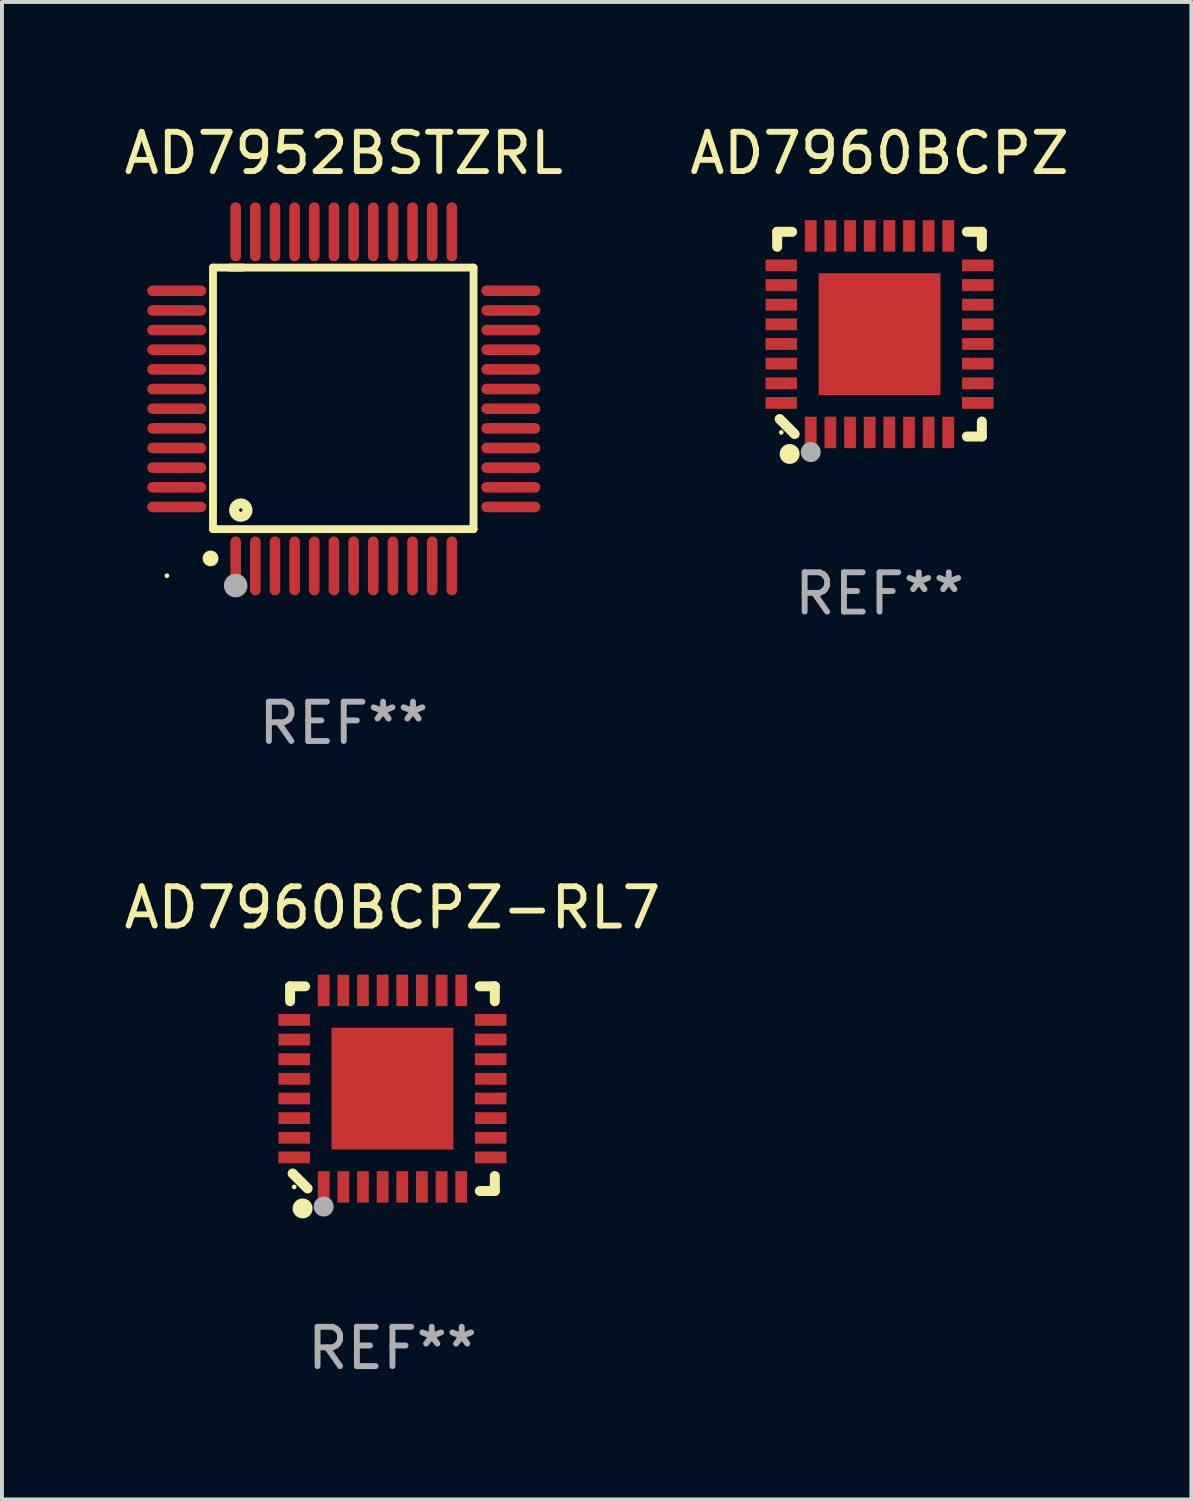
<source format=kicad_pcb>
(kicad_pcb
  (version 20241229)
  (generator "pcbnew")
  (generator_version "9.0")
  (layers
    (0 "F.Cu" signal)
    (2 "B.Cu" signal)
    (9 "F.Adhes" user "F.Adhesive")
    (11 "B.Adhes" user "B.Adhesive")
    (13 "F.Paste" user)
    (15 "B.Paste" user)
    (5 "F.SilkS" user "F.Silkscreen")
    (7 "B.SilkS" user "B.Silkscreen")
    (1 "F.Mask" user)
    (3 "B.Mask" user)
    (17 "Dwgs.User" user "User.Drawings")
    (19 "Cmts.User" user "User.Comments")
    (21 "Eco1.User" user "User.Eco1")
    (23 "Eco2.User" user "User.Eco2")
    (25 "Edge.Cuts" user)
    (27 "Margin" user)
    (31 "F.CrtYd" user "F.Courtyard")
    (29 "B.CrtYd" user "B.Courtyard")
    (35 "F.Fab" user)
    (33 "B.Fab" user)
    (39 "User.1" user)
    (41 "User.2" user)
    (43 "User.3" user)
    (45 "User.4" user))
  (footprint "AD7952BSTZRL"
    (layer "F.Cu")
    (at 5.696 7.098)
    (property "Reference" "AD7952BSTZRL" (at 0 -6.25 0) (layer "F.SilkS") (effects (font (size 1 1) (thickness 0.15))))
    (attr through_hole)
    (fp_line (start -3.327 -3.34) (end -2.565 -3.34) (stroke (width 0.2) (type solid)) (layer "F.SilkS"))
    (fp_line (start -3.327 3.315) (end -3.327 -3.34) (stroke (width 0.2) (type solid)) (layer "F.SilkS"))
    (fp_line (start -2.896 -3.34) (end 3.302 -3.34) (stroke (width 0.2) (type solid)) (layer "F.SilkS"))
    (fp_line (start 3.302 -3.34) (end 3.302 3.315) (stroke (width 0.2) (type solid)) (layer "F.SilkS"))
    (fp_line (start 3.302 3.315) (end -3.327 3.315) (stroke (width 0.2) (type solid)) (layer "F.SilkS"))
    (fp_arc (start -3.389992 4.059995) (mid -3.388722 4.059991) (end -3.387452 4.059995) (stroke (width 0.4) (type solid)) (layer "F.SilkS"))
    (fp_circle (center -4.5 4.5) (end -4.47 4.5) (stroke (width 0.06) (type solid)) (fill no) (layer "F.SilkS"))
    (fp_circle (center -2.62 2.83) (end -2.45 2.83) (stroke (width 0.254) (type solid)) (fill no) (layer "F.SilkS"))
    (fp_circle (center -2.75 4.75) (end -2.6 4.75) (stroke (width 0.3) (type solid)) (fill no) (layer "F.Fab"))
    (fp_text user "REF**" (at 0 8.25 0) (layer "F.Fab") (effects (font (size 1 1) (thickness 0.15))))
    (pad "1" smd oval (at -2.75 4.25) (size 0.27 1.5) (layers "F.Cu" "F.Mask" "F.Paste"))
    (pad "2" smd oval (at -2.25 4.25) (size 0.27 1.5) (layers "F.Cu" "F.Mask" "F.Paste"))
    (pad "3" smd oval (at -1.75 4.25) (size 0.27 1.5) (layers "F.Cu" "F.Mask" "F.Paste"))
    (pad "4" smd oval (at -1.25 4.25) (size 0.27 1.5) (layers "F.Cu" "F.Mask" "F.Paste"))
    (pad "5" smd oval (at -0.75 4.25) (size 0.27 1.5) (layers "F.Cu" "F.Mask" "F.Paste"))
    (pad "6" smd oval (at -0.25 4.25) (size 0.27 1.5) (layers "F.Cu" "F.Mask" "F.Paste"))
    (pad "7" smd oval (at 0.25 4.25) (size 0.27 1.5) (layers "F.Cu" "F.Mask" "F.Paste"))
    (pad "8" smd oval (at 0.75 4.25) (size 0.27 1.5) (layers "F.Cu" "F.Mask" "F.Paste"))
    (pad "9" smd oval (at 1.25 4.25) (size 0.27 1.5) (layers "F.Cu" "F.Mask" "F.Paste"))
    (pad "10" smd oval (at 1.75 4.25) (size 0.27 1.5) (layers "F.Cu" "F.Mask" "F.Paste"))
    (pad "11" smd oval (at 2.25 4.25) (size 0.27 1.5) (layers "F.Cu" "F.Mask" "F.Paste"))
    (pad "12" smd oval (at 2.75 4.25) (size 0.27 1.5) (layers "F.Cu" "F.Mask" "F.Paste"))
    (pad "13" smd oval (at 4.25 2.75) (size 1.5 0.27) (layers "F.Cu" "F.Mask" "F.Paste"))
    (pad "14" smd oval (at 4.25 2.25) (size 1.5 0.27) (layers "F.Cu" "F.Mask" "F.Paste"))
    (pad "15" smd oval (at 4.25 1.75) (size 1.5 0.27) (layers "F.Cu" "F.Mask" "F.Paste"))
    (pad "16" smd oval (at 4.25 1.25) (size 1.5 0.27) (layers "F.Cu" "F.Mask" "F.Paste"))
    (pad "17" smd oval (at 4.25 0.75) (size 1.5 0.27) (layers "F.Cu" "F.Mask" "F.Paste"))
    (pad "18" smd oval (at 4.25 0.25) (size 1.5 0.27) (layers "F.Cu" "F.Mask" "F.Paste"))
    (pad "19" smd oval (at 4.25 -0.25) (size 1.5 0.27) (layers "F.Cu" "F.Mask" "F.Paste"))
    (pad "20" smd oval (at 4.25 -0.75) (size 1.5 0.27) (layers "F.Cu" "F.Mask" "F.Paste"))
    (pad "21" smd oval (at 4.25 -1.25) (size 1.5 0.27) (layers "F.Cu" "F.Mask" "F.Paste"))
    (pad "22" smd oval (at 4.25 -1.75) (size 1.5 0.27) (layers "F.Cu" "F.Mask" "F.Paste"))
    (pad "23" smd oval (at 4.25 -2.25) (size 1.5 0.27) (layers "F.Cu" "F.Mask" "F.Paste"))
    (pad "24" smd oval (at 4.25 -2.75) (size 1.5 0.27) (layers "F.Cu" "F.Mask" "F.Paste"))
    (pad "25" smd oval (at 2.75 -4.25) (size 0.27 1.5) (layers "F.Cu" "F.Mask" "F.Paste"))
    (pad "26" smd oval (at 2.25 -4.25) (size 0.27 1.5) (layers "F.Cu" "F.Mask" "F.Paste"))
    (pad "27" smd oval (at 1.75 -4.25) (size 0.27 1.5) (layers "F.Cu" "F.Mask" "F.Paste"))
    (pad "28" smd oval (at 1.25 -4.25) (size 0.27 1.5) (layers "F.Cu" "F.Mask" "F.Paste"))
    (pad "29" smd oval (at 0.75 -4.25) (size 0.27 1.5) (layers "F.Cu" "F.Mask" "F.Paste"))
    (pad "30" smd oval (at 0.25 -4.25) (size 0.27 1.5) (layers "F.Cu" "F.Mask" "F.Paste"))
    (pad "31" smd oval (at -0.25 -4.25) (size 0.27 1.5) (layers "F.Cu" "F.Mask" "F.Paste"))
    (pad "32" smd oval (at -0.75 -4.25) (size 0.27 1.5) (layers "F.Cu" "F.Mask" "F.Paste"))
    (pad "33" smd oval (at -1.25 -4.25) (size 0.27 1.5) (layers "F.Cu" "F.Mask" "F.Paste"))
    (pad "34" smd oval (at -1.75 -4.25) (size 0.27 1.5) (layers "F.Cu" "F.Mask" "F.Paste"))
    (pad "35" smd oval (at -2.25 -4.25) (size 0.27 1.5) (layers "F.Cu" "F.Mask" "F.Paste"))
    (pad "36" smd oval (at -2.75 -4.25) (size 0.27 1.5) (layers "F.Cu" "F.Mask" "F.Paste"))
    (pad "37" smd oval (at -4.25 -2.75) (size 1.5 0.27) (layers "F.Cu" "F.Mask" "F.Paste"))
    (pad "38" smd oval (at -4.25 -2.25) (size 1.5 0.27) (layers "F.Cu" "F.Mask" "F.Paste"))
    (pad "39" smd oval (at -4.25 -1.75) (size 1.5 0.27) (layers "F.Cu" "F.Mask" "F.Paste"))
    (pad "40" smd oval (at -4.25 -1.25) (size 1.5 0.27) (layers "F.Cu" "F.Mask" "F.Paste"))
    (pad "41" smd oval (at -4.25 -0.75) (size 1.5 0.27) (layers "F.Cu" "F.Mask" "F.Paste"))
    (pad "42" smd oval (at -4.25 -0.25) (size 1.5 0.27) (layers "F.Cu" "F.Mask" "F.Paste"))
    (pad "43" smd oval (at -4.25 0.25) (size 1.5 0.27) (layers "F.Cu" "F.Mask" "F.Paste"))
    (pad "44" smd oval (at -4.25 0.75) (size 1.5 0.27) (layers "F.Cu" "F.Mask" "F.Paste"))
    (pad "45" smd oval (at -4.25 1.25) (size 1.5 0.27) (layers "F.Cu" "F.Mask" "F.Paste"))
    (pad "46" smd oval (at -4.25 1.75) (size 1.5 0.27) (layers "F.Cu" "F.Mask" "F.Paste"))
    (pad "47" smd oval (at -4.25 2.25) (size 1.5 0.27) (layers "F.Cu" "F.Mask" "F.Paste"))
    (pad "48" smd oval (at -4.25 2.75) (size 1.5 0.27) (layers "F.Cu" "F.Mask" "F.Paste")))
  (footprint "AD7960BCPZ-RL7"
    (layer "F.Cu")
    (at 6.935 24.648)
    (property "Reference" "AD7960BCPZ-RL7" (at 0 -4.604 0) (layer "F.SilkS") (effects (font (size 1 1) (thickness 0.15))))
    (attr through_hole)
    (fp_line (start -2.604 -2.604) (end -2.604 -2.223) (stroke (width 0.254) (type solid)) (layer "F.SilkS"))
    (fp_line (start -2.54 2.159) (end -2.159 2.54) (stroke (width 0.254) (type solid)) (layer "F.SilkS"))
    (fp_line (start -2.223 -2.604) (end -2.604 -2.604) (stroke (width 0.254) (type solid)) (layer "F.SilkS"))
    (fp_line (start 2.223 2.604) (end 2.604 2.604) (stroke (width 0.254) (type solid)) (layer "F.SilkS"))
    (fp_line (start 2.604 -2.604) (end 2.223 -2.604) (stroke (width 0.254) (type solid)) (layer "F.SilkS"))
    (fp_line (start 2.604 -2.223) (end 2.604 -2.604) (stroke (width 0.254) (type solid)) (layer "F.SilkS"))
    (fp_line (start 2.604 2.604) (end 2.604 2.223) (stroke (width 0.254) (type solid)) (layer "F.SilkS"))
    (fp_circle (center -2.5 2.5) (end -2.47 2.5) (stroke (width 0.06) (type solid)) (fill no) (layer "F.SilkS"))
    (fp_circle (center -2.286 3.048) (end -2.159 3.048) (stroke (width 0.254) (type solid)) (fill no) (layer "F.SilkS"))
    (fp_circle (center -1.75 3) (end -1.623 3) (stroke (width 0.254) (type solid)) (fill no) (layer "F.Fab"))
    (fp_text user "REF**" (at 0 6.604 0) (layer "F.Fab") (effects (font (size 1 1) (thickness 0.15))))
    (pad "1" smd rect (at -1.75 2.5) (size 0.3 0.8) (layers "F.Cu" "F.Mask" "F.Paste"))
    (pad "2" smd rect (at -1.25 2.5) (size 0.3 0.8) (layers "F.Cu" "F.Mask" "F.Paste"))
    (pad "3" smd rect (at -0.75 2.5) (size 0.3 0.8) (layers "F.Cu" "F.Mask" "F.Paste"))
    (pad "4" smd rect (at -0.25 2.5) (size 0.3 0.8) (layers "F.Cu" "F.Mask" "F.Paste"))
    (pad "5" smd rect (at 0.25 2.5) (size 0.3 0.8) (layers "F.Cu" "F.Mask" "F.Paste"))
    (pad "6" smd rect (at 0.75 2.5) (size 0.3 0.8) (layers "F.Cu" "F.Mask" "F.Paste"))
    (pad "7" smd rect (at 1.25 2.5) (size 0.3 0.8) (layers "F.Cu" "F.Mask" "F.Paste"))
    (pad "8" smd rect (at 1.75 2.5) (size 0.3 0.8) (layers "F.Cu" "F.Mask" "F.Paste"))
    (pad "9" smd rect (at 2.5 1.75) (size 0.8 0.3) (layers "F.Cu" "F.Mask" "F.Paste"))
    (pad "10" smd rect (at 2.5 1.25) (size 0.8 0.3) (layers "F.Cu" "F.Mask" "F.Paste"))
    (pad "11" smd rect (at 2.5 0.75) (size 0.8 0.3) (layers "F.Cu" "F.Mask" "F.Paste"))
    (pad "12" smd rect (at 2.5 0.25) (size 0.8 0.3) (layers "F.Cu" "F.Mask" "F.Paste"))
    (pad "13" smd rect (at 2.5 -0.25) (size 0.8 0.3) (layers "F.Cu" "F.Mask" "F.Paste"))
    (pad "14" smd rect (at 2.5 -0.75) (size 0.8 0.3) (layers "F.Cu" "F.Mask" "F.Paste"))
    (pad "15" smd rect (at 2.5 -1.25) (size 0.8 0.3) (layers "F.Cu" "F.Mask" "F.Paste"))
    (pad "16" smd rect (at 2.5 -1.75) (size 0.8 0.3) (layers "F.Cu" "F.Mask" "F.Paste"))
    (pad "17" smd rect (at 1.75 -2.5) (size 0.3 0.8) (layers "F.Cu" "F.Mask" "F.Paste"))
    (pad "18" smd rect (at 1.25 -2.5) (size 0.3 0.8) (layers "F.Cu" "F.Mask" "F.Paste"))
    (pad "19" smd rect (at 0.75 -2.5) (size 0.3 0.8) (layers "F.Cu" "F.Mask" "F.Paste"))
    (pad "20" smd rect (at 0.25 -2.5) (size 0.3 0.8) (layers "F.Cu" "F.Mask" "F.Paste"))
    (pad "21" smd rect (at -0.25 -2.5) (size 0.3 0.8) (layers "F.Cu" "F.Mask" "F.Paste"))
    (pad "22" smd rect (at -0.75 -2.5) (size 0.3 0.8) (layers "F.Cu" "F.Mask" "F.Paste"))
    (pad "23" smd rect (at -1.25 -2.5) (size 0.3 0.8) (layers "F.Cu" "F.Mask" "F.Paste"))
    (pad "24" smd rect (at -1.75 -2.5) (size 0.3 0.8) (layers "F.Cu" "F.Mask" "F.Paste"))
    (pad "25" smd rect (at -2.5 -1.75) (size 0.8 0.3) (layers "F.Cu" "F.Mask" "F.Paste"))
    (pad "26" smd rect (at -2.5 -1.25) (size 0.8 0.3) (layers "F.Cu" "F.Mask" "F.Paste"))
    (pad "27" smd rect (at -2.5 -0.75) (size 0.8 0.3) (layers "F.Cu" "F.Mask" "F.Paste"))
    (pad "28" smd rect (at -2.5 -0.25) (size 0.8 0.3) (layers "F.Cu" "F.Mask" "F.Paste"))
    (pad "29" smd rect (at -2.5 0.25) (size 0.8 0.3) (layers "F.Cu" "F.Mask" "F.Paste"))
    (pad "30" smd rect (at -2.5 0.75) (size 0.8 0.3) (layers "F.Cu" "F.Mask" "F.Paste"))
    (pad "31" smd rect (at -2.5 1.25) (size 0.8 0.3) (layers "F.Cu" "F.Mask" "F.Paste"))
    (pad "32" smd rect (at -2.5 1.75) (size 0.8 0.3) (layers "F.Cu" "F.Mask" "F.Paste"))
    (pad "33" smd rect (at 0 -0.000025) (size 3.1 3.1) (layers "F.Cu" "F.Mask" "F.Paste")))
  (footprint "AD7960BCPZ"
    (layer "F.Cu")
    (at 19.327 5.452)
    (property "Reference" "AD7960BCPZ" (at 0 -4.604 0) (layer "F.SilkS") (effects (font (size 1 1) (thickness 0.15))))
    (attr through_hole)
    (fp_line (start -2.604 -2.604) (end -2.604 -2.223) (stroke (width 0.254) (type solid)) (layer "F.SilkS"))
    (fp_line (start -2.54 2.159) (end -2.159 2.54) (stroke (width 0.254) (type solid)) (layer "F.SilkS"))
    (fp_line (start -2.223 -2.604) (end -2.604 -2.604) (stroke (width 0.254) (type solid)) (layer "F.SilkS"))
    (fp_line (start 2.223 2.604) (end 2.604 2.604) (stroke (width 0.254) (type solid)) (layer "F.SilkS"))
    (fp_line (start 2.604 -2.604) (end 2.223 -2.604) (stroke (width 0.254) (type solid)) (layer "F.SilkS"))
    (fp_line (start 2.604 -2.223) (end 2.604 -2.604) (stroke (width 0.254) (type solid)) (layer "F.SilkS"))
    (fp_line (start 2.604 2.604) (end 2.604 2.223) (stroke (width 0.254) (type solid)) (layer "F.SilkS"))
    (fp_circle (center -2.5 2.5) (end -2.47 2.5) (stroke (width 0.06) (type solid)) (fill no) (layer "F.SilkS"))
    (fp_circle (center -2.286 3.048) (end -2.159 3.048) (stroke (width 0.254) (type solid)) (fill no) (layer "F.SilkS"))
    (fp_circle (center -1.75 3) (end -1.623 3) (stroke (width 0.254) (type solid)) (fill no) (layer "F.Fab"))
    (fp_text user "REF**" (at 0 6.604 0) (layer "F.Fab") (effects (font (size 1 1) (thickness 0.15))))
    (pad "1" smd rect (at -1.75 2.5) (size 0.3 0.8) (layers "F.Cu" "F.Mask" "F.Paste"))
    (pad "2" smd rect (at -1.25 2.5) (size 0.3 0.8) (layers "F.Cu" "F.Mask" "F.Paste"))
    (pad "3" smd rect (at -0.75 2.5) (size 0.3 0.8) (layers "F.Cu" "F.Mask" "F.Paste"))
    (pad "4" smd rect (at -0.25 2.5) (size 0.3 0.8) (layers "F.Cu" "F.Mask" "F.Paste"))
    (pad "5" smd rect (at 0.25 2.5) (size 0.3 0.8) (layers "F.Cu" "F.Mask" "F.Paste"))
    (pad "6" smd rect (at 0.75 2.5) (size 0.3 0.8) (layers "F.Cu" "F.Mask" "F.Paste"))
    (pad "7" smd rect (at 1.25 2.5) (size 0.3 0.8) (layers "F.Cu" "F.Mask" "F.Paste"))
    (pad "8" smd rect (at 1.75 2.5) (size 0.3 0.8) (layers "F.Cu" "F.Mask" "F.Paste"))
    (pad "9" smd rect (at 2.5 1.75) (size 0.8 0.3) (layers "F.Cu" "F.Mask" "F.Paste"))
    (pad "10" smd rect (at 2.5 1.25) (size 0.8 0.3) (layers "F.Cu" "F.Mask" "F.Paste"))
    (pad "11" smd rect (at 2.5 0.75) (size 0.8 0.3) (layers "F.Cu" "F.Mask" "F.Paste"))
    (pad "12" smd rect (at 2.5 0.25) (size 0.8 0.3) (layers "F.Cu" "F.Mask" "F.Paste"))
    (pad "13" smd rect (at 2.5 -0.25) (size 0.8 0.3) (layers "F.Cu" "F.Mask" "F.Paste"))
    (pad "14" smd rect (at 2.5 -0.75) (size 0.8 0.3) (layers "F.Cu" "F.Mask" "F.Paste"))
    (pad "15" smd rect (at 2.5 -1.25) (size 0.8 0.3) (layers "F.Cu" "F.Mask" "F.Paste"))
    (pad "16" smd rect (at 2.5 -1.75) (size 0.8 0.3) (layers "F.Cu" "F.Mask" "F.Paste"))
    (pad "17" smd rect (at 1.75 -2.5) (size 0.3 0.8) (layers "F.Cu" "F.Mask" "F.Paste"))
    (pad "18" smd rect (at 1.25 -2.5) (size 0.3 0.8) (layers "F.Cu" "F.Mask" "F.Paste"))
    (pad "19" smd rect (at 0.75 -2.5) (size 0.3 0.8) (layers "F.Cu" "F.Mask" "F.Paste"))
    (pad "20" smd rect (at 0.25 -2.5) (size 0.3 0.8) (layers "F.Cu" "F.Mask" "F.Paste"))
    (pad "21" smd rect (at -0.25 -2.5) (size 0.3 0.8) (layers "F.Cu" "F.Mask" "F.Paste"))
    (pad "22" smd rect (at -0.75 -2.5) (size 0.3 0.8) (layers "F.Cu" "F.Mask" "F.Paste"))
    (pad "23" smd rect (at -1.25 -2.5) (size 0.3 0.8) (layers "F.Cu" "F.Mask" "F.Paste"))
    (pad "24" smd rect (at -1.75 -2.5) (size 0.3 0.8) (layers "F.Cu" "F.Mask" "F.Paste"))
    (pad "25" smd rect (at -2.5 -1.75) (size 0.8 0.3) (layers "F.Cu" "F.Mask" "F.Paste"))
    (pad "26" smd rect (at -2.5 -1.25) (size 0.8 0.3) (layers "F.Cu" "F.Mask" "F.Paste"))
    (pad "27" smd rect (at -2.5 -0.75) (size 0.8 0.3) (layers "F.Cu" "F.Mask" "F.Paste"))
    (pad "28" smd rect (at -2.5 -0.25) (size 0.8 0.3) (layers "F.Cu" "F.Mask" "F.Paste"))
    (pad "29" smd rect (at -2.5 0.25) (size 0.8 0.3) (layers "F.Cu" "F.Mask" "F.Paste"))
    (pad "30" smd rect (at -2.5 0.75) (size 0.8 0.3) (layers "F.Cu" "F.Mask" "F.Paste"))
    (pad "31" smd rect (at -2.5 1.25) (size 0.8 0.3) (layers "F.Cu" "F.Mask" "F.Paste"))
    (pad "32" smd rect (at -2.5 1.75) (size 0.8 0.3) (layers "F.Cu" "F.Mask" "F.Paste"))
    (pad "33" smd rect (at 0 -0.000025) (size 3.1 3.1) (layers "F.Cu" "F.Mask" "F.Paste")))
  (gr_rect
    (start -3 -3)
    (end 27.262 35.1)
    (stroke (width 0.1) (type default))
    (fill no)
    (layer "Edge.Cuts")))
</source>
